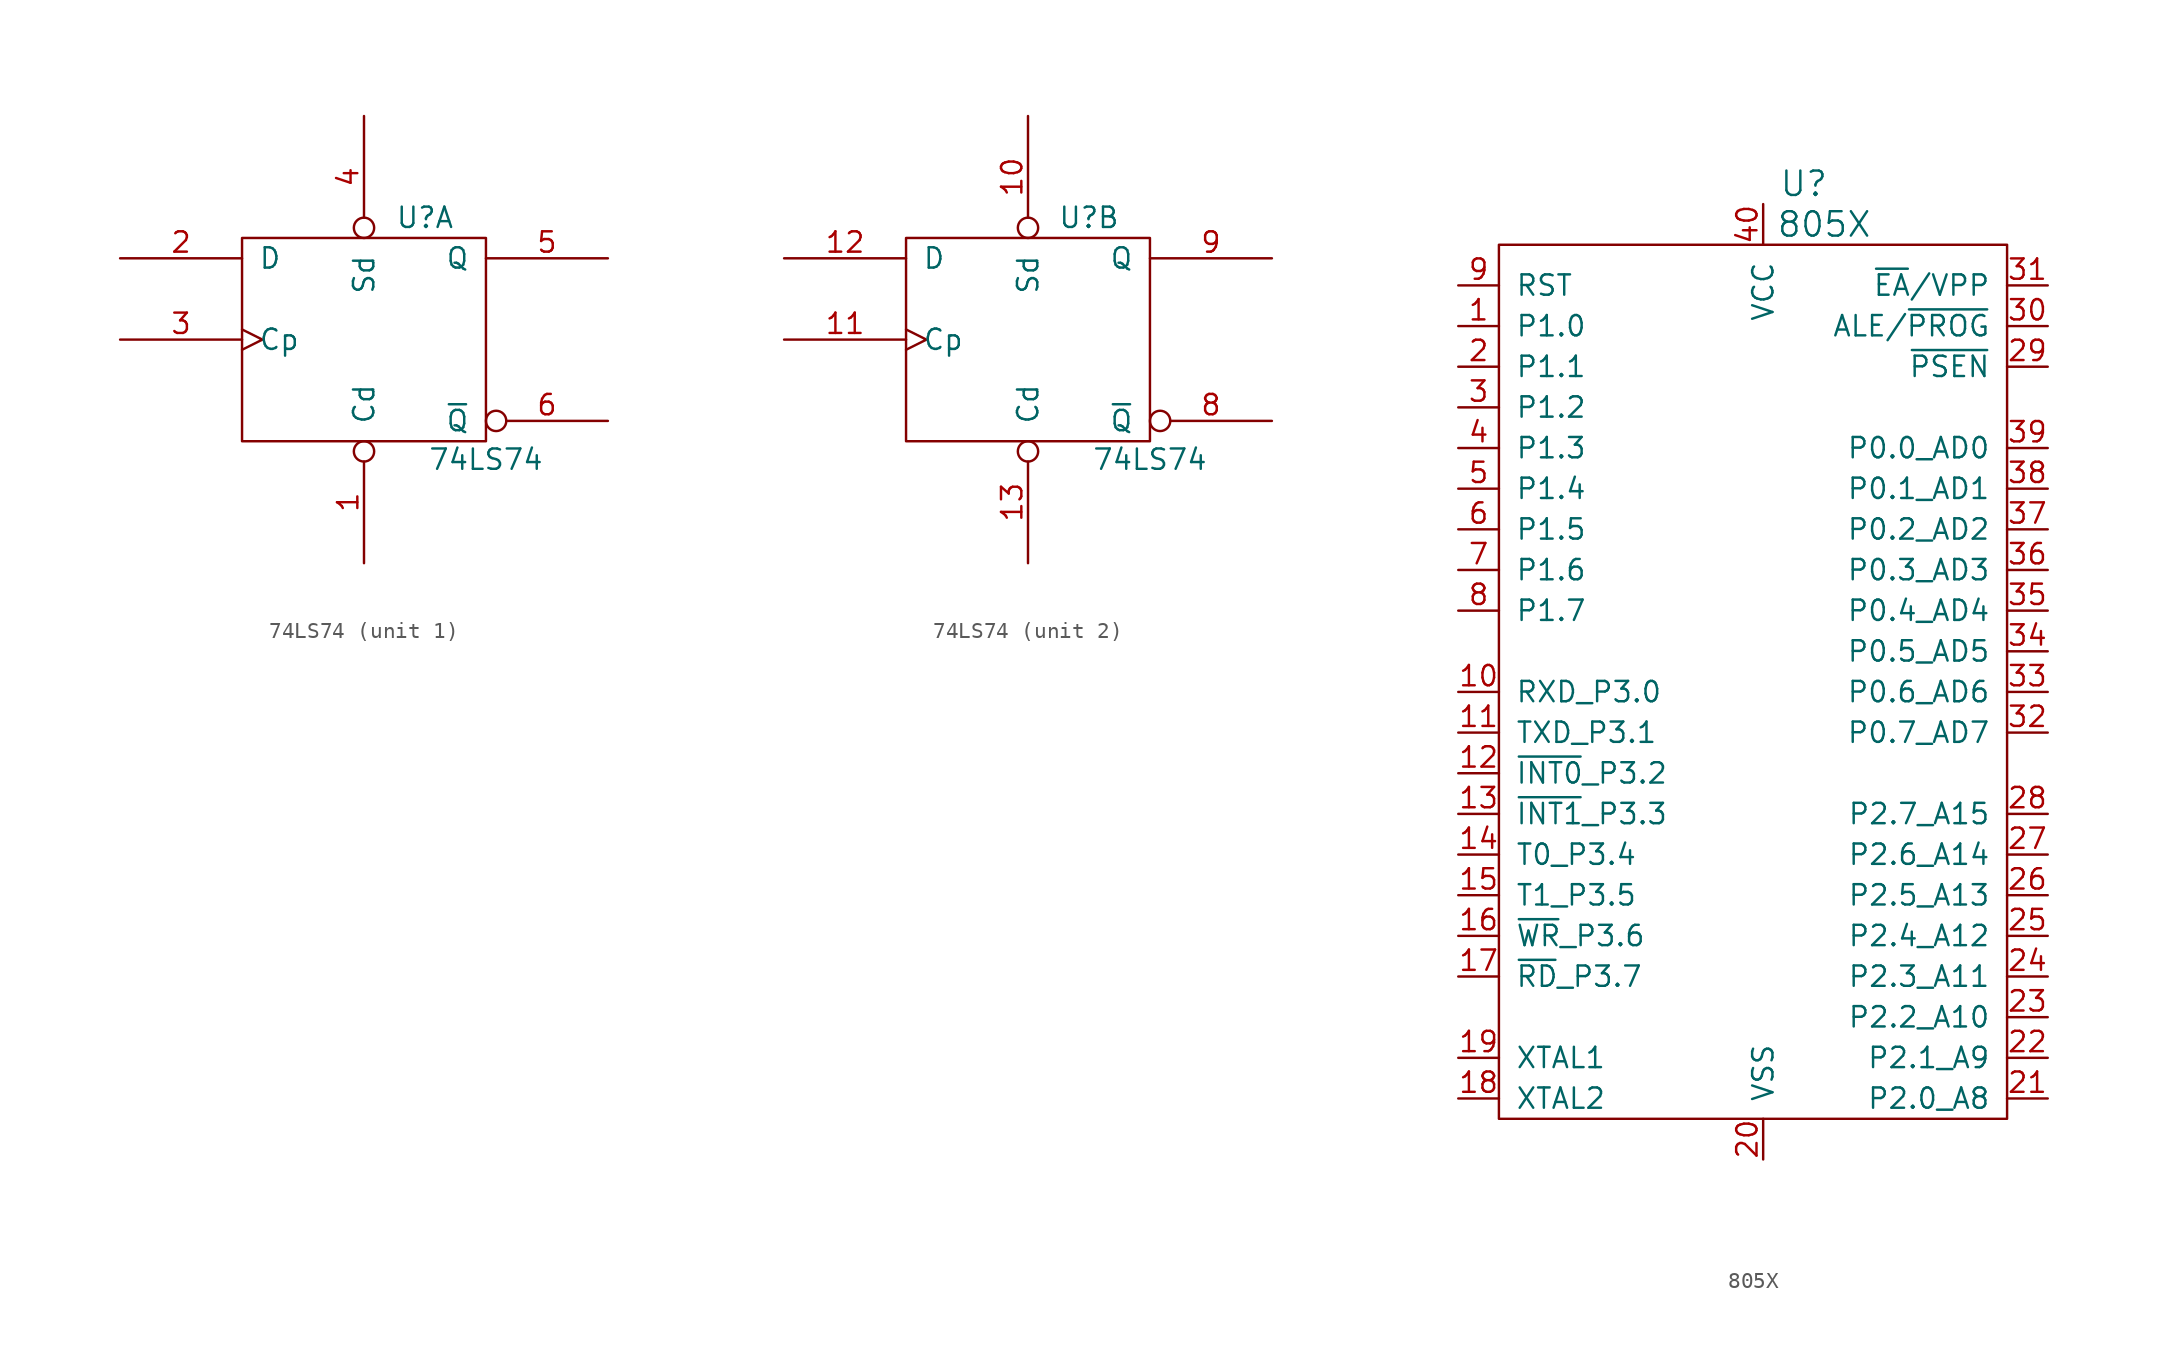
<source format=kicad_sym>
(kicad_symbol_lib
  (version 20220914)
  (generator kicad_symbol_editor)
  (symbol "74LS74"
    (pin_names
      (offset 1.016))
    (property "Reference" "U"
      (at 3.81 7.62 0)
      (effects (font (size 1.27 1.27))))
    (property "Value" "74LS74"
      (at 7.62 -7.493 0)
      (effects (font (size 1.27 1.27))))
    (symbol "74LS74_0_0"
      (pin power_in line (at -5.08 6.35 270) (length 0) hide (name "VCC" (effects (font (size 0.762 0.762)))) (number "14" (effects (font (size 0.762 0.762)))))
      (pin power_in line (at -5.08 -6.35 90) (length 0) hide (name "GND" (effects (font (size 0.762 0.762)))) (number "7" (effects (font (size 0.762 0.762))))))
    (symbol "74LS74_0_1"
      (rectangle (start -7.62 6.35) (end 7.62 -6.35) (stroke (width 0) (type solid)) (fill (type none))))
    (symbol "74LS74_1_1"
      (pin input inverted (at 0 -13.97 90) (length 7.62) (name "Cd" (effects (font (size 1.27 1.27)))) (number "1" (effects (font (size 1.27 1.27)))))
      (pin input line (at -15.24 5.08 0) (length 7.62) (name "D" (effects (font (size 1.27 1.27)))) (number "2" (effects (font (size 1.27 1.27)))))
      (pin input clock (at -15.24 0 0) (length 7.62) (name "Cp" (effects (font (size 1.27 1.27)))) (number "3" (effects (font (size 1.27 1.27)))))
      (pin input inverted (at 0 13.97 270) (length 7.62) (name "Sd" (effects (font (size 1.27 1.27)))) (number "4" (effects (font (size 1.27 1.27)))))
      (pin output line (at 15.24 5.08 180) (length 7.62) (name "Q" (effects (font (size 1.27 1.27)))) (number "5" (effects (font (size 1.27 1.27)))))
      (pin output inverted (at 15.24 -5.08 180) (length 7.62) (name "~{Q}" (effects (font (size 1.27 1.27)))) (number "6" (effects (font (size 1.27 1.27))))))
    (symbol "74LS74_2_1"
      (pin input inverted (at 0 13.97 270) (length 7.62) (name "Sd" (effects (font (size 1.27 1.27)))) (number "10" (effects (font (size 1.27 1.27)))))
      (pin input clock (at -15.24 0 0) (length 7.62) (name "Cp" (effects (font (size 1.27 1.27)))) (number "11" (effects (font (size 1.27 1.27)))))
      (pin input line (at -15.24 5.08 0) (length 7.62) (name "D" (effects (font (size 1.27 1.27)))) (number "12" (effects (font (size 1.27 1.27)))))
      (pin input inverted (at 0 -13.97 90) (length 7.62) (name "Cd" (effects (font (size 1.27 1.27)))) (number "13" (effects (font (size 1.27 1.27)))))
      (pin output inverted (at 15.24 -5.08 180) (length 7.62) (name "~{Q}" (effects (font (size 1.27 1.27)))) (number "8" (effects (font (size 1.27 1.27)))))
      (pin output line (at 15.24 5.08 180) (length 7.62) (name "Q" (effects (font (size 1.27 1.27)))) (number "9" (effects (font (size 1.27 1.27)))))))
  (symbol "805X"
    (pin_names
      (offset 1.016))
    (property "Reference" "U"
      (at 2.54 29.21 0)
      (effects (font (size 1.524 1.524))))
    (property "Value" "805X"
      (at 3.81 26.67 0)
      (effects (font (size 1.524 1.524))))
    (symbol "805X_1_1"
      (rectangle (start -16.51 25.4) (end 15.24 -29.21) (stroke (width 0) (type solid)) (fill (type none)))
      (pin unspecified line (at -19.05 20.32 0) (length 2.54) (name "P1.0" (effects (font (size 1.27 1.27)))) (number "1" (effects (font (size 1.27 1.27)))))
      (pin unspecified line (at -19.05 -2.54 0) (length 2.54) (name "RXD_P3.0" (effects (font (size 1.27 1.27)))) (number "10" (effects (font (size 1.27 1.27)))))
      (pin unspecified line (at -19.05 -5.08 0) (length 2.54) (name "TXD_P3.1" (effects (font (size 1.27 1.27)))) (number "11" (effects (font (size 1.27 1.27)))))
      (pin unspecified line (at -19.05 -7.62 0) (length 2.54) (name "~{INT0}_P3.2" (effects (font (size 1.27 1.27)))) (number "12" (effects (font (size 1.27 1.27)))))
      (pin unspecified line (at -19.05 -10.16 0) (length 2.54) (name "~{INT1}_P3.3" (effects (font (size 1.27 1.27)))) (number "13" (effects (font (size 1.27 1.27)))))
      (pin unspecified line (at -19.05 -12.7 0) (length 2.54) (name "T0_P3.4" (effects (font (size 1.27 1.27)))) (number "14" (effects (font (size 1.27 1.27)))))
      (pin unspecified line (at -19.05 -15.24 0) (length 2.54) (name "T1_P3.5" (effects (font (size 1.27 1.27)))) (number "15" (effects (font (size 1.27 1.27)))))
      (pin unspecified line (at -19.05 -17.78 0) (length 2.54) (name "~{WR}_P3.6" (effects (font (size 1.27 1.27)))) (number "16" (effects (font (size 1.27 1.27)))))
      (pin unspecified line (at -19.05 -20.32 0) (length 2.54) (name "~{RD}_P3.7" (effects (font (size 1.27 1.27)))) (number "17" (effects (font (size 1.27 1.27)))))
      (pin passive line (at -19.05 -27.94 0) (length 2.54) (name "XTAL2" (effects (font (size 1.27 1.27)))) (number "18" (effects (font (size 1.27 1.27)))))
      (pin passive line (at -19.05 -25.4 0) (length 2.54) (name "XTAL1" (effects (font (size 1.27 1.27)))) (number "19" (effects (font (size 1.27 1.27)))))
      (pin unspecified line (at -19.05 17.78 0) (length 2.54) (name "P1.1" (effects (font (size 1.27 1.27)))) (number "2" (effects (font (size 1.27 1.27)))))
      (pin power_in line (at 0 -31.75 90) (length 2.54) (name "VSS" (effects (font (size 1.27 1.27)))) (number "20" (effects (font (size 1.27 1.27)))))
      (pin unspecified line (at 17.78 -27.94 180) (length 2.54) (name "P2.0_A8" (effects (font (size 1.27 1.27)))) (number "21" (effects (font (size 1.27 1.27)))))
      (pin unspecified line (at 17.78 -25.4 180) (length 2.54) (name "P2.1_A9" (effects (font (size 1.27 1.27)))) (number "22" (effects (font (size 1.27 1.27)))))
      (pin unspecified line (at 17.78 -22.86 180) (length 2.54) (name "P2.2_A10" (effects (font (size 1.27 1.27)))) (number "23" (effects (font (size 1.27 1.27)))))
      (pin unspecified line (at 17.78 -20.32 180) (length 2.54) (name "P2.3_A11" (effects (font (size 1.27 1.27)))) (number "24" (effects (font (size 1.27 1.27)))))
      (pin unspecified line (at 17.78 -17.78 180) (length 2.54) (name "P2.4_A12" (effects (font (size 1.27 1.27)))) (number "25" (effects (font (size 1.27 1.27)))))
      (pin unspecified line (at 17.78 -15.24 180) (length 2.54) (name "P2.5_A13" (effects (font (size 1.27 1.27)))) (number "26" (effects (font (size 1.27 1.27)))))
      (pin unspecified line (at 17.78 -12.7 180) (length 2.54) (name "P2.6_A14" (effects (font (size 1.27 1.27)))) (number "27" (effects (font (size 1.27 1.27)))))
      (pin unspecified line (at 17.78 -10.16 180) (length 2.54) (name "P2.7_A15" (effects (font (size 1.27 1.27)))) (number "28" (effects (font (size 1.27 1.27)))))
      (pin output line (at 17.78 17.78 180) (length 2.54) (name "~{PSEN}" (effects (font (size 1.27 1.27)))) (number "29" (effects (font (size 1.27 1.27)))))
      (pin unspecified line (at -19.05 15.24 0) (length 2.54) (name "P1.2" (effects (font (size 1.27 1.27)))) (number "3" (effects (font (size 1.27 1.27)))))
      (pin unspecified line (at 17.78 20.32 180) (length 2.54) (name "ALE/~{PROG}" (effects (font (size 1.27 1.27)))) (number "30" (effects (font (size 1.27 1.27)))))
      (pin input line (at 17.78 22.86 180) (length 2.54) (name "~{EA}/VPP" (effects (font (size 1.27 1.27)))) (number "31" (effects (font (size 1.27 1.27)))))
      (pin unspecified line (at 17.78 -5.08 180) (length 2.54) (name "P0.7_AD7" (effects (font (size 1.27 1.27)))) (number "32" (effects (font (size 1.27 1.27)))))
      (pin unspecified line (at 17.78 -2.54 180) (length 2.54) (name "P0.6_AD6" (effects (font (size 1.27 1.27)))) (number "33" (effects (font (size 1.27 1.27)))))
      (pin unspecified line (at 17.78 0 180) (length 2.54) (name "P0.5_AD5" (effects (font (size 1.27 1.27)))) (number "34" (effects (font (size 1.27 1.27)))))
      (pin unspecified line (at 17.78 2.54 180) (length 2.54) (name "P0.4_AD4" (effects (font (size 1.27 1.27)))) (number "35" (effects (font (size 1.27 1.27)))))
      (pin unspecified line (at 17.78 5.08 180) (length 2.54) (name "P0.3_AD3" (effects (font (size 1.27 1.27)))) (number "36" (effects (font (size 1.27 1.27)))))
      (pin unspecified line (at 17.78 7.62 180) (length 2.54) (name "P0.2_AD2" (effects (font (size 1.27 1.27)))) (number "37" (effects (font (size 1.27 1.27)))))
      (pin unspecified line (at 17.78 10.16 180) (length 2.54) (name "P0.1_AD1" (effects (font (size 1.27 1.27)))) (number "38" (effects (font (size 1.27 1.27)))))
      (pin unspecified line (at 17.78 12.7 180) (length 2.54) (name "P0.0_AD0" (effects (font (size 1.27 1.27)))) (number "39" (effects (font (size 1.27 1.27)))))
      (pin unspecified line (at -19.05 12.7 0) (length 2.54) (name "P1.3" (effects (font (size 1.27 1.27)))) (number "4" (effects (font (size 1.27 1.27)))))
      (pin power_in line (at 0 27.94 270) (length 2.54) (name "VCC" (effects (font (size 1.27 1.27)))) (number "40" (effects (font (size 1.27 1.27)))))
      (pin unspecified line (at -19.05 10.16 0) (length 2.54) (name "P1.4" (effects (font (size 1.27 1.27)))) (number "5" (effects (font (size 1.27 1.27)))))
      (pin unspecified line (at -19.05 7.62 0) (length 2.54) (name "P1.5" (effects (font (size 1.27 1.27)))) (number "6" (effects (font (size 1.27 1.27)))))
      (pin unspecified line (at -19.05 5.08 0) (length 2.54) (name "P1.6" (effects (font (size 1.27 1.27)))) (number "7" (effects (font (size 1.27 1.27)))))
      (pin unspecified line (at -19.05 2.54 0) (length 2.54) (name "P1.7" (effects (font (size 1.27 1.27)))) (number "8" (effects (font (size 1.27 1.27)))))
      (pin unspecified line (at -19.05 22.86 0) (length 2.54) (name "RST" (effects (font (size 1.27 1.27)))) (number "9" (effects (font (size 1.27 1.27))))))))
</source>
